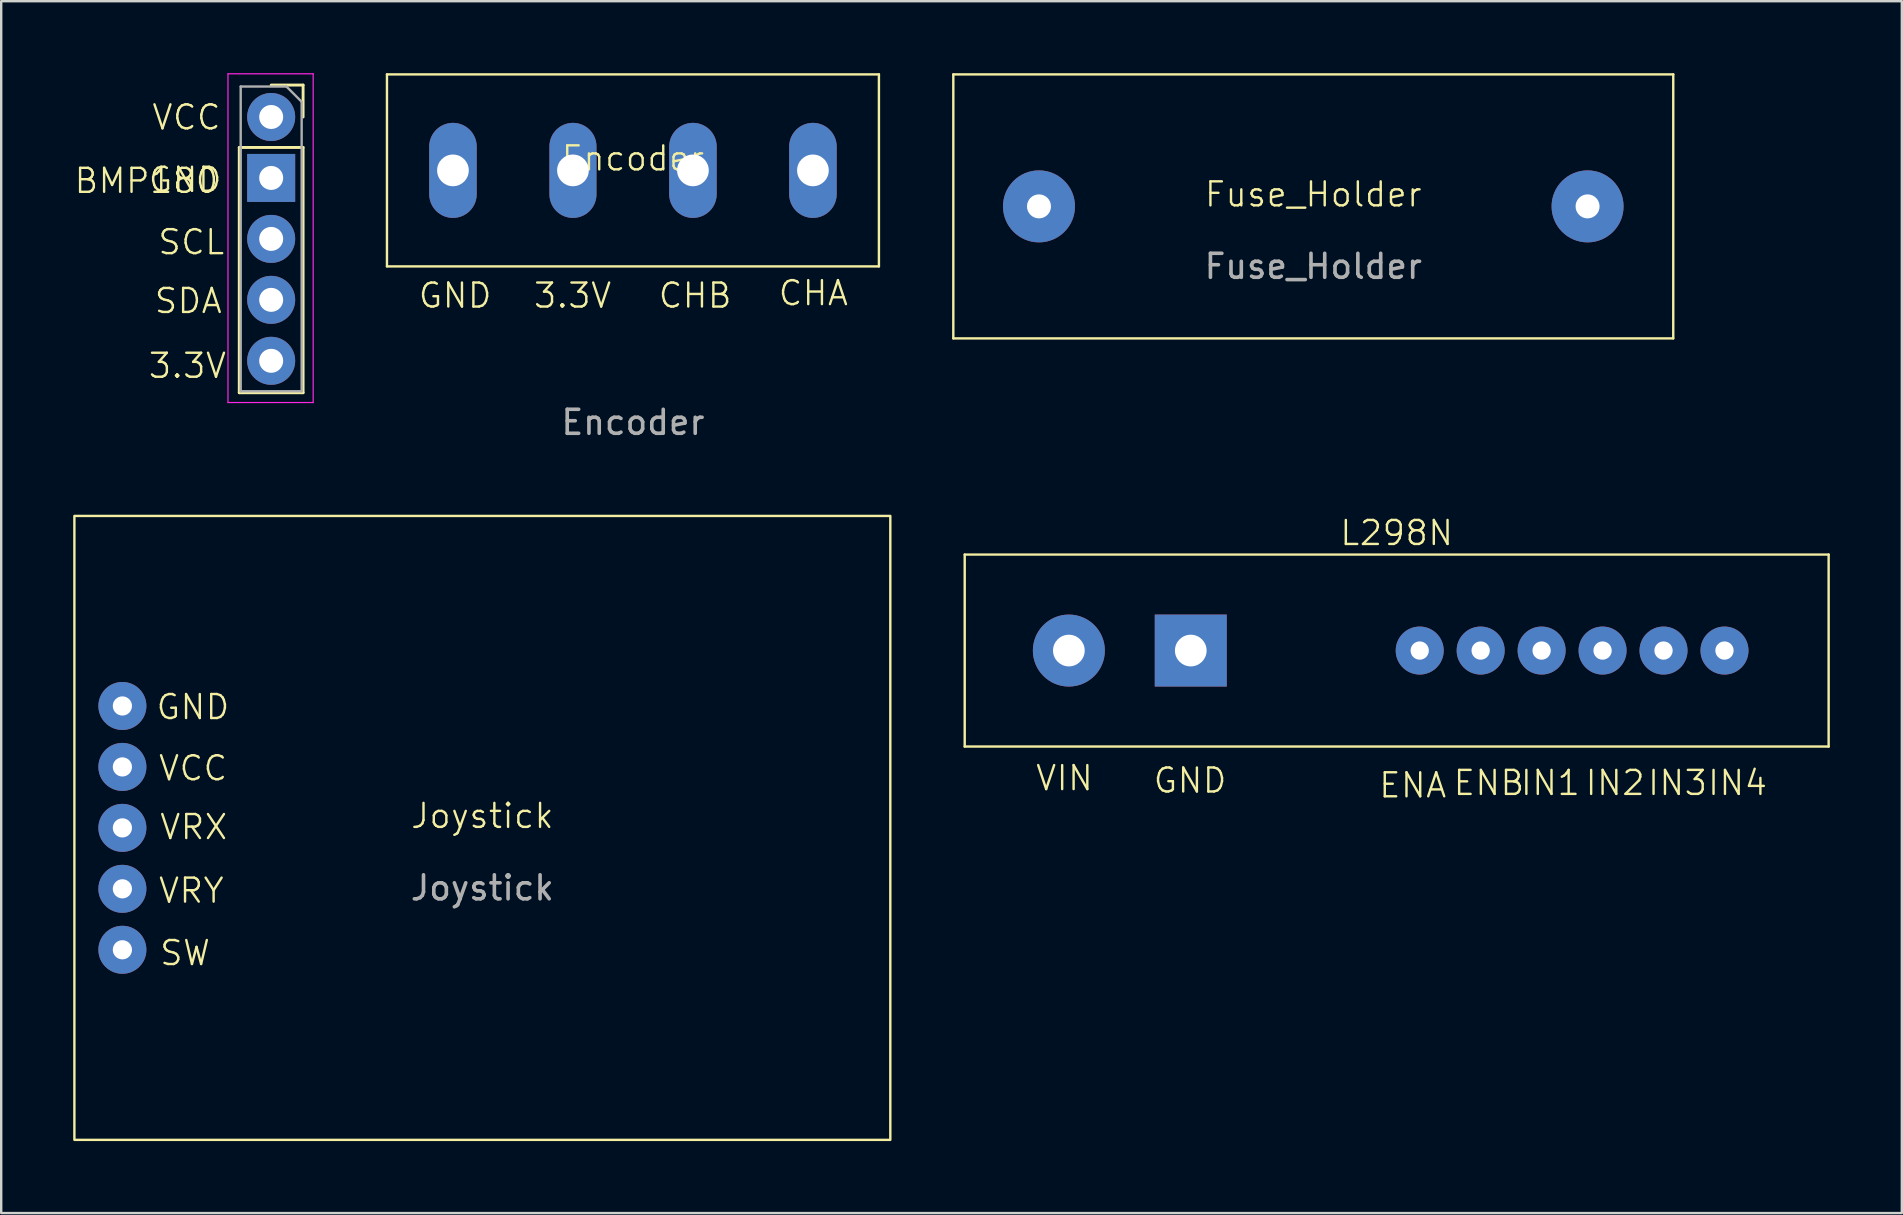
<source format=kicad_pcb>
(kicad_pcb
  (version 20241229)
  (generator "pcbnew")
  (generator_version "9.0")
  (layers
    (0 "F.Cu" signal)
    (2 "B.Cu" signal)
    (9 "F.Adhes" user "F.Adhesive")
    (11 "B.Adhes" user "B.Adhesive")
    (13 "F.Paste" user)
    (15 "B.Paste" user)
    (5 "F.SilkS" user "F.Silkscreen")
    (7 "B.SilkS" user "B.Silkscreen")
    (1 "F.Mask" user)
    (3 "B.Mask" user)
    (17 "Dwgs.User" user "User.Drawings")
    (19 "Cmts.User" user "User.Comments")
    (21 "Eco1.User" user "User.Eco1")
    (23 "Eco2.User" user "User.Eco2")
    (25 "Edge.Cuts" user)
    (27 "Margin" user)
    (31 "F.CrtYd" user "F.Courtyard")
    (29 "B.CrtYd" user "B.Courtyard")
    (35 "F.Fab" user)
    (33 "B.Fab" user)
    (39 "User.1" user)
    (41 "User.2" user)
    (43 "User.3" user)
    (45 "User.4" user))
  (footprint "Joystick"
    (layer "F.Cu")
    (at 17.05 31.448)
    (property "Reference" "Joystick" (at 0 -0.5 0) (unlocked yes) (layer "F.SilkS") (effects (font (size 1 1) (thickness 0.1))))
    (attr smd)
    (fp_rect (start -17 -13) (end 17 13) (stroke (width 0.1) (type default)) (fill no) (layer "F.SilkS"))
    (fp_text user "SW" (at -13.5 5.8 0) (unlocked yes) (layer "F.SilkS") (effects (font (size 1 1) (thickness 0.1)) (justify left bottom)))
    (fp_text user "VRY" (at -13.55 3.2 0) (unlocked yes) (layer "F.SilkS") (effects (font (size 1 1) (thickness 0.1)) (justify left bottom)))
    (fp_text user "VRX" (at -13.5 0.55 0) (unlocked yes) (layer "F.SilkS") (effects (font (size 1 1) (thickness 0.1)) (justify left bottom)))
    (fp_text user "GND" (at -13.65 -4.45 0) (unlocked yes) (layer "F.SilkS") (effects (font (size 1 1) (thickness 0.1)) (justify left bottom)))
    (fp_text user "VCC" (at -13.55 -1.9 0) (unlocked yes) (layer "F.SilkS") (effects (font (size 1 1) (thickness 0.1)) (justify left bottom)))
    (fp_text user "${REFERENCE}" (at 0 2.5 0) (unlocked yes) (layer "F.Fab") (effects (font (size 1 1) (thickness 0.15))))
    (pad "1" thru_hole circle (at -15 -5.08) (size 2 2) (drill 0.8) (layers "*.Cu" "*.Mask"))
    (pad "2" thru_hole circle (at -15 -2.54) (size 2 2) (drill 0.8) (layers "*.Cu" "*.Mask"))
    (pad "3" thru_hole circle (at -15 0) (size 2 2) (drill 0.8) (layers "*.Cu" "*.Mask"))
    (pad "4" thru_hole circle (at -15 2.54) (size 2 2) (drill 0.8) (layers "*.Cu" "*.Mask"))
    (pad "5" thru_hole circle (at -15 5.08) (size 2 2) (drill 0.8) (layers "*.Cu" "*.Mask")))
  (footprint "BMP180"
    (layer "F.Cu")
    (at 8.225 6.875)
    (property "Reference" "BMP180" (at -5.175 -2.39 0) (unlocked yes) (layer "F.SilkS") (effects (font (size 1 1) (thickness 0.1))))
    (attr through_hole)
    (fp_line (start -1.305 -3.78) (end -1.305 6.44) (stroke (width 0.12) (type solid)) (layer "F.SilkS"))
    (fp_line (start -1.305 -3.78) (end 1.355 -3.78) (stroke (width 0.12) (type solid)) (layer "F.SilkS"))
    (fp_line (start -1.305 6.44) (end 1.355 6.44) (stroke (width 0.12) (type solid)) (layer "F.SilkS"))
    (fp_line (start 0.025 -6.38) (end 1.355 -6.38) (stroke (width 0.12) (type solid)) (layer "F.SilkS"))
    (fp_line (start 1.355 -6.38) (end 1.355 -5.05) (stroke (width 0.12) (type solid)) (layer "F.SilkS"))
    (fp_line (start 1.355 -3.78) (end 1.355 6.44) (stroke (width 0.12) (type solid)) (layer "F.SilkS"))
    (fp_line (start -1.775 -6.85) (end 1.775 -6.85) (stroke (width 0.05) (type solid)) (layer "F.CrtYd"))
    (fp_line (start -1.775 6.85) (end -1.775 -6.85) (stroke (width 0.05) (type solid)) (layer "F.CrtYd"))
    (fp_line (start 1.775 -6.85) (end 1.775 6.85) (stroke (width 0.05) (type solid)) (layer "F.CrtYd"))
    (fp_line (start 1.775 6.85) (end -1.775 6.85) (stroke (width 0.05) (type solid)) (layer "F.CrtYd"))
    (fp_line (start -1.245 -6.32) (end 0.66 -6.32) (stroke (width 0.1) (type solid)) (layer "F.Fab"))
    (fp_line (start -1.245 6.38) (end -1.245 -6.32) (stroke (width 0.1) (type solid)) (layer "F.Fab"))
    (fp_line (start 0.66 -6.32) (end 1.295 -5.685) (stroke (width 0.1) (type solid)) (layer "F.Fab"))
    (fp_line (start 1.295 -5.685) (end 1.295 6.38) (stroke (width 0.1) (type solid)) (layer "F.Fab"))
    (fp_line (start 1.295 6.38) (end -1.245 6.38) (stroke (width 0.1) (type solid)) (layer "F.Fab"))
    (fp_text user "GND" (at -5.15 -1.85 0) (unlocked yes) (layer "F.SilkS") (effects (font (size 1 1) (thickness 0.1)) (justify left bottom)))
    (fp_text user "VCC" (at -5 -4.45 0) (unlocked yes) (layer "F.SilkS") (effects (font (size 1 1) (thickness 0.1)) (justify left bottom)))
    (fp_text user "3.3V" (at -5.15 5.9 0) (unlocked yes) (layer "F.SilkS") (effects (font (size 1 1) (thickness 0.1)) (justify left bottom)))
    (fp_text user "SDA" (at -4.9 3.2 0) (unlocked yes) (layer "F.SilkS") (effects (font (size 1 1) (thickness 0.1)) (justify left bottom)))
    (fp_text user "SCL" (at -4.75 0.75 0) (unlocked yes) (layer "F.SilkS") (effects (font (size 1 1) (thickness 0.1)) (justify left bottom)))
    (pad "1" thru_hole circle (at 0.025 -5.05) (size 2 2) (drill 1) (layers "*.Cu" "*.Mask"))
    (pad "2" thru_hole rect (at 0.025 -2.51) (size 2 2) (drill 1) (layers "*.Cu" "*.Mask"))
    (pad "3" thru_hole circle (at 0.025 0.03) (size 2 2) (drill 1) (layers "*.Cu" "*.Mask"))
    (pad "4" thru_hole circle (at 0.025 2.57) (size 2 2) (drill 1) (layers "*.Cu" "*.Mask"))
    (pad "5" thru_hole circle (at 0.025 5.11) (size 2 2) (drill 1) (layers "*.Cu" "*.Mask")))
  (footprint "L298N"
    (layer "F.Cu")
    (at 55.15 24.059)
    (property "Reference" "L298N" (at 0 -4.9 0) (unlocked yes) (layer "F.SilkS") (effects (font (size 1 1) (thickness 0.1))))
    (attr through_hole)
    (fp_line (start -18 -4) (end -18 4) (stroke (width 0.1) (type default)) (layer "F.SilkS"))
    (fp_line (start -18 -4) (end 18 -4) (stroke (width 0.1) (type default)) (layer "F.SilkS"))
    (fp_line (start -18 4) (end 18 4) (stroke (width 0.1) (type default)) (layer "F.SilkS"))
    (fp_line (start 18 -4) (end 18 4) (stroke (width 0.1) (type default)) (layer "F.SilkS"))
    (fp_text user "IN4" (at 12.9 6.1 0) (unlocked yes) (layer "F.SilkS") (effects (font (size 1 1) (thickness 0.1)) (justify left bottom)))
    (fp_text user "ENB" (at 2.3 6.1 0) (unlocked yes) (layer "F.SilkS") (effects (font (size 1 1) (thickness 0.1)) (justify left bottom)))
    (fp_text user "IN1" (at 5.1 6.1 0) (unlocked yes) (layer "F.SilkS") (effects (font (size 1 1) (thickness 0.1)) (justify left bottom)))
    (fp_text user "ENA" (at -0.8 6.2 0) (unlocked yes) (layer "F.SilkS") (effects (font (size 1 1) (thickness 0.1)) (justify left bottom)))
    (fp_text user "GND" (at -10.2 6 0) (unlocked yes) (layer "F.SilkS") (effects (font (size 1 1) (thickness 0.1)) (justify left bottom)))
    (fp_text user "IN3" (at 10.4 6.1 0) (unlocked yes) (layer "F.SilkS") (effects (font (size 1 1) (thickness 0.1)) (justify left bottom)))
    (fp_text user "IN2" (at 7.8 6.1 0) (unlocked yes) (layer "F.SilkS") (effects (font (size 1 1) (thickness 0.1)) (justify left bottom)))
    (fp_text user "VIN" (at -15.1 5.9 0) (unlocked yes) (layer "F.SilkS") (effects (font (size 1 1) (thickness 0.1)) (justify left bottom)))
    (pad "1" thru_hole circle (at -13.66 0) (size 3 3) (drill 1.32) (layers "*.Cu" "*.Mask"))
    (pad "2" thru_hole rect (at -8.58 0) (size 3 3) (drill 1.32) (layers "*.Cu" "*.Mask"))
    (pad "4" thru_hole circle (at 0.96 0) (size 2 2) (drill 0.762) (layers "*.Cu" "*.Mask"))
    (pad "5" thru_hole circle (at 6.04 0) (size 2 2) (drill 0.762) (layers "*.Cu" "*.Mask"))
    (pad "6" thru_hole circle (at 8.58 0) (size 2 2) (drill 0.762) (layers "*.Cu" "*.Mask"))
    (pad "7" thru_hole circle (at 11.12 0) (size 2 2) (drill 0.762) (layers "*.Cu" "*.Mask"))
    (pad "8" thru_hole circle (at 13.66 0) (size 2 2) (drill 0.762) (layers "*.Cu" "*.Mask"))
    (pad "9" thru_hole circle (at 3.5 0) (size 2 2) (drill 0.762) (layers "*.Cu" "*.Mask")))
  (footprint "Fuse_Holder"
    (layer "F.Cu")
    (at 51.675 5.55)
    (property "Reference" "Fuse_Holder" (at 0 -0.5 0) (unlocked yes) (layer "F.SilkS") (effects (font (size 1 1) (thickness 0.1))))
    (attr through_hole)
    (fp_line (start -15 -5.5) (end -15 5.5) (stroke (width 0.1) (type default)) (layer "F.SilkS"))
    (fp_line (start -15 -5.5) (end 15 -5.5) (stroke (width 0.1) (type default)) (layer "F.SilkS"))
    (fp_line (start -15 5.5) (end 15 5.5) (stroke (width 0.1) (type default)) (layer "F.SilkS"))
    (fp_line (start 15 -5.5) (end 15 5.5) (stroke (width 0.1) (type default)) (layer "F.SilkS"))
    (fp_text user "${REFERENCE}" (at 0 2.5 0) (unlocked yes) (layer "F.Fab") (effects (font (size 1 1) (thickness 0.15))))
    (pad "1" thru_hole circle (at 11.43 0) (size 3 3) (drill 1) (layers "*.Cu" "*.Mask"))
    (pad "2" thru_hole circle (at -11.43 0) (size 3 3) (drill 1) (layers "*.Cu" "*.Mask")))
  (footprint "Encoder"
    (layer "F.Cu")
    (at 23.325 4.05)
    (property "Reference" "Encoder" (at 0 -0.5 0) (unlocked yes) (layer "F.SilkS") (effects (font (size 1 1) (thickness 0.1))))
    (attr through_hole)
    (fp_line (start -10.25 -4) (end 10.25 -4) (stroke (width 0.1) (type default)) (layer "F.SilkS"))
    (fp_line (start -10.25 4) (end -10.25 -4) (stroke (width 0.1) (type default)) (layer "F.SilkS"))
    (fp_line (start -10.25 4) (end 10.25 4) (stroke (width 0.1) (type default)) (layer "F.SilkS"))
    (fp_line (start 10.25 4) (end 10.25 -4) (stroke (width 0.1) (type default)) (layer "F.SilkS"))
    (fp_text user "CHA" (at 6 5.7 0) (unlocked yes) (layer "F.SilkS") (effects (font (size 1 1) (thickness 0.1)) (justify left bottom)))
    (fp_text user "CHB" (at 1 5.8 0) (unlocked yes) (layer "F.SilkS") (effects (font (size 1 1) (thickness 0.1)) (justify left bottom)))
    (fp_text user "3.3V" (at -4.2 5.8 0) (unlocked yes) (layer "F.SilkS") (effects (font (size 1 1) (thickness 0.1)) (justify left bottom)))
    (fp_text user "GND" (at -9 5.8 0) (unlocked yes) (layer "F.SilkS") (effects (font (size 1 1) (thickness 0.1)) (justify left bottom)))
    (fp_text user "${REFERENCE}" (at 0 10.5 0) (unlocked yes) (layer "F.Fab") (effects (font (size 1 1) (thickness 0.15))))
    (pad "1" thru_hole oval (at 7.5 0) (size 1.98 3.96) (drill 1.32) (layers "*.Cu" "*.Mask"))
    (pad "2" thru_hole oval (at 2.5 0) (size 1.98 3.96) (drill 1.32) (layers "*.Cu" "*.Mask"))
    (pad "3" thru_hole oval (at -2.5 0) (size 1.96 3.96) (drill 1.32) (layers "*.Cu" "*.Mask"))
    (pad "4" thru_hole oval (at -7.5 0) (size 1.98 3.96) (drill 1.32) (layers "*.Cu" "*.Mask")))
  (gr_rect
    (start -3 -3)
    (end 76.2 47.498)
    (stroke (width 0.1) (type default))
    (fill no)
    (layer "Edge.Cuts")))
</source>
